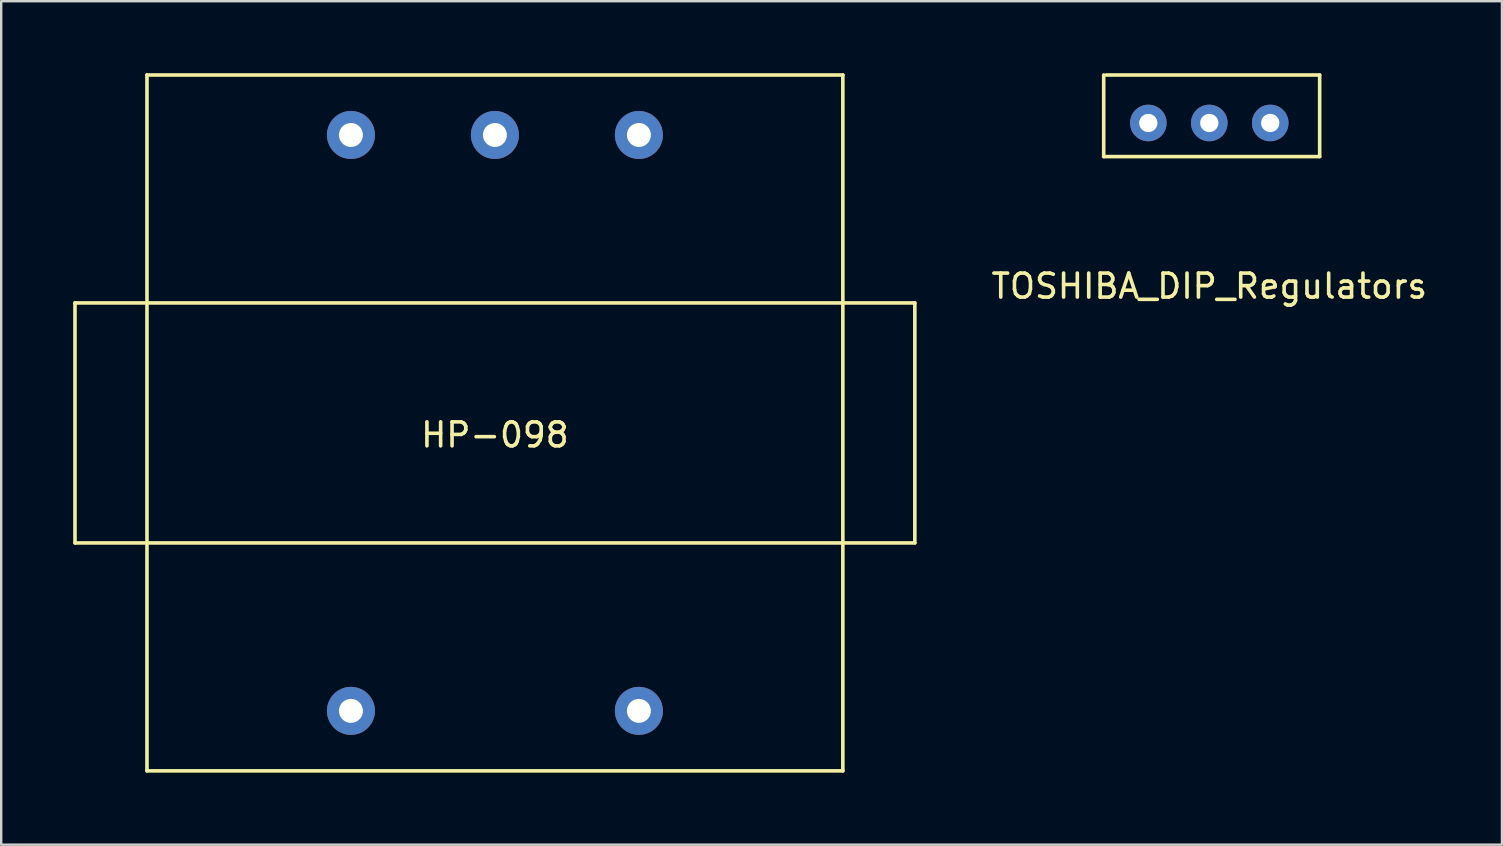
<source format=kicad_pcb>
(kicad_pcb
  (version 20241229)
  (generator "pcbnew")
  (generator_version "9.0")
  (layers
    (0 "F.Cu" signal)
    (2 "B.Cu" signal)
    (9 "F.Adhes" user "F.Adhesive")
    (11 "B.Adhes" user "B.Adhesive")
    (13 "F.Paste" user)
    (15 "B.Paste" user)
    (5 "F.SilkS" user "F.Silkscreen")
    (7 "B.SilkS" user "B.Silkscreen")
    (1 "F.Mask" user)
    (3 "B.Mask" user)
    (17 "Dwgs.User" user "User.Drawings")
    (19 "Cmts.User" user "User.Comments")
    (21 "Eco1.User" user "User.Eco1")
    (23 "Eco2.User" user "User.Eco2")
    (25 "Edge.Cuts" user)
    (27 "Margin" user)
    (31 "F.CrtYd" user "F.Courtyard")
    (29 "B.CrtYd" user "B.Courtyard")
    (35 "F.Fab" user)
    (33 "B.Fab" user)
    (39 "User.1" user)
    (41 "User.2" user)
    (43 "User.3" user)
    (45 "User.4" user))
  (footprint "TOSHIBA_DIP_Regulators"
    (layer "F.Cu")
    (at 47.346 2.075)
    (property "Reference" "TOSHIBA_DIP_Regulators" (at 0 6.8 0) (layer "F.SilkS") (effects (font (size 1 1) (thickness 0.15))))
    (attr through_hole)
    (fp_line (start -4.4 1.4) (end -4.4 -2) (stroke (width 0.15) (type solid)) (layer "F.SilkS"))
    (fp_line (start -4.3 -2) (end 4.6 -2) (stroke (width 0.15) (type solid)) (layer "F.SilkS"))
    (fp_line (start 4.6 -2) (end 4.6 1.4) (stroke (width 0.15) (type solid)) (layer "F.SilkS"))
    (fp_line (start 4.6 1.4) (end -4.4 1.4) (stroke (width 0.15) (type solid)) (layer "F.SilkS"))
    (pad "1" thru_hole circle (at -2.54 0) (size 1.524 1.524) (drill 0.762) (layers "*.Cu" "*.Mask"))
    (pad "2" thru_hole circle (at 2.54 0) (size 1.524 1.524) (drill 0.762) (layers "*.Cu" "*.Mask"))
    (pad "3" thru_hole circle (at 0 0) (size 1.524 1.524) (drill 0.762) (layers "*.Cu" "*.Mask")))
  (footprint "HP-098"
    (layer "F.Cu")
    (at 17.575 14.575)
    (property "Reference" "HP-098" (at 0 0.5 0) (layer "F.SilkS") (effects (font (size 1 1) (thickness 0.15))))
    (attr through_hole)
    (fp_line (start -17.5 -5) (end -17.5 5) (stroke (width 0.15) (type solid)) (layer "F.SilkS"))
    (fp_line (start -17.5 5) (end 17.5 5) (stroke (width 0.15) (type solid)) (layer "F.SilkS"))
    (fp_line (start -14.5 -14.5) (end -14.5 14.5) (stroke (width 0.15) (type solid)) (layer "F.SilkS"))
    (fp_line (start -14.5 14.5) (end 14.5 14.5) (stroke (width 0.15) (type solid)) (layer "F.SilkS"))
    (fp_line (start 14.5 -14.5) (end -14.5 -14.5) (stroke (width 0.15) (type solid)) (layer "F.SilkS"))
    (fp_line (start 14.5 14.5) (end 14.5 -14.5) (stroke (width 0.15) (type solid)) (layer "F.SilkS"))
    (fp_line (start 17.5 -5) (end -17.5 -5) (stroke (width 0.15) (type solid)) (layer "F.SilkS"))
    (fp_line (start 17.5 5) (end 17.5 -5) (stroke (width 0.15) (type solid)) (layer "F.SilkS"))
    (pad "1" thru_hole circle (at 6 12) (size 2 2) (drill 1) (layers "*.Cu" "*.Mask"))
    (pad "2" thru_hole circle (at -6 12) (size 2 2) (drill 1) (layers "*.Cu" "*.Mask"))
    (pad "3" thru_hole circle (at -6 -12) (size 2 2) (drill 1) (layers "*.Cu" "*.Mask"))
    (pad "4" thru_hole circle (at 0 -12) (size 2 2) (drill 1) (layers "*.Cu" "*.Mask"))
    (pad "5" thru_hole circle (at 6 -12) (size 2 2) (drill 1) (layers "*.Cu" "*.Mask")))
  (gr_rect
    (start -3 -3)
    (end 59.543 32.15)
    (stroke (width 0.1) (type default))
    (fill no)
    (layer "Edge.Cuts")))
</source>
